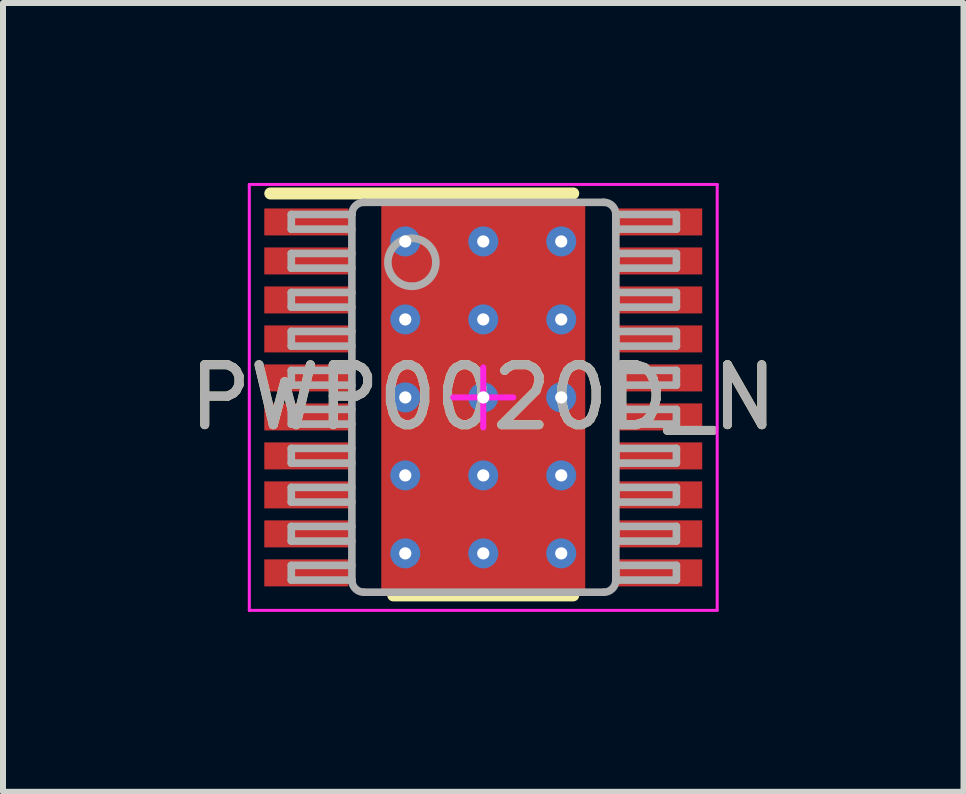
<source format=kicad_pcb>
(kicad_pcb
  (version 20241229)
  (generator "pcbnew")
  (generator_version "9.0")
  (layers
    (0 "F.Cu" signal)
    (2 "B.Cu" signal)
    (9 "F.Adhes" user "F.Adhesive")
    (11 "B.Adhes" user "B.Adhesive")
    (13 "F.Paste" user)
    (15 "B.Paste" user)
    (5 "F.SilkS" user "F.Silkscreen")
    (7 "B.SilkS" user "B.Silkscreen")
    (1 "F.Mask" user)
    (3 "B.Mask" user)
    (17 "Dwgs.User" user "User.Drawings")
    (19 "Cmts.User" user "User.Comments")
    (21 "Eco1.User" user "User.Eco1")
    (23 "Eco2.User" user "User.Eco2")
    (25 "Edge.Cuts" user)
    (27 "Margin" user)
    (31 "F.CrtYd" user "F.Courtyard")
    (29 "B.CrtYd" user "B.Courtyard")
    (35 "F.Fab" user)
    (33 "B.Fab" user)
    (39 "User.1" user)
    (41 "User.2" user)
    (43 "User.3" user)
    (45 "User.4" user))
  (footprint "PWP0020D_N"
    (layer "F.Cu")
    (at 5.006 3.575)
    (property "Reference" "PWP0020D_N" (at 0 0 0) (unlocked yes) (layer "F.SilkS") (effects (font (size 1 1) (thickness 0.15))))
    (attr smd)
    (fp_poly (pts (xy -1.2 1.65) (xy -1.2 -1.65) (xy -1.15 -1.7) (xy 1.15 -1.7) (xy 1.2 -1.65) (xy 1.2 1.65) (xy 1.15 1.7) (xy -1.15 1.7)) (stroke (width 0) (type solid)) (fill yes) (layer "F.Mask"))
    (fp_line (start -3.55 -3.4) (end 1.5 -3.4) (stroke (width 0.2) (type solid)) (layer "F.SilkS"))
    (fp_line (start -1.5 3.3) (end 1.5 3.3) (stroke (width 0.2) (type solid)) (layer "F.SilkS"))
    (fp_poly (pts (xy -1.2 1.65) (xy -1.2 -1.65) (xy -1.15 -1.7) (xy 1.15 -1.7) (xy 1.2 -1.65) (xy 1.2 1.65) (xy 1.15 1.7) (xy -1.15 1.7)) (stroke (width 0) (type solid)) (fill yes) (layer "F.Paste"))
    (fp_line (start -3.9 -3.55) (end 3.9 -3.55) (stroke (width 0.05) (type solid)) (layer "F.CrtYd"))
    (fp_line (start -3.9 3.55) (end -3.9 -3.55) (stroke (width 0.05) (type solid)) (layer "F.CrtYd"))
    (fp_line (start -3.9 3.55) (end 3.9 3.55) (stroke (width 0.05) (type solid)) (layer "F.CrtYd"))
    (fp_line (start -0.5 0.000003) (end 0.5 0.000003) (stroke (width 0.1) (type solid)) (layer "F.CrtYd"))
    (fp_line (start 0 0.5) (end 0 -0.5) (stroke (width 0.1) (type solid)) (layer "F.CrtYd"))
    (fp_line (start 3.9 3.55) (end 3.9 -3.55) (stroke (width 0.05) (type solid)) (layer "F.CrtYd"))
    (fp_line (start -3.2 -3.05) (end -2.19 -3.05) (stroke (width 0.127) (type solid)) (layer "F.Fab"))
    (fp_line (start -3.2 -2.805) (end -3.2 -3.05) (stroke (width 0.127) (type solid)) (layer "F.Fab"))
    (fp_line (start -3.2 -2.805) (end -2.19 -2.805) (stroke (width 0.127) (type solid)) (layer "F.Fab"))
    (fp_line (start -3.2 -2.4) (end -2.19 -2.4) (stroke (width 0.127) (type solid)) (layer "F.Fab"))
    (fp_line (start -3.2 -2.155) (end -3.2 -2.4) (stroke (width 0.127) (type solid)) (layer "F.Fab"))
    (fp_line (start -3.2 -2.155) (end -2.19 -2.155) (stroke (width 0.127) (type solid)) (layer "F.Fab"))
    (fp_line (start -3.2 -1.75) (end -2.19 -1.75) (stroke (width 0.127) (type solid)) (layer "F.Fab"))
    (fp_line (start -3.2 -1.505) (end -3.2 -1.75) (stroke (width 0.127) (type solid)) (layer "F.Fab"))
    (fp_line (start -3.2 -1.505) (end -2.19 -1.505) (stroke (width 0.127) (type solid)) (layer "F.Fab"))
    (fp_line (start -3.2 -1.1) (end -2.19 -1.1) (stroke (width 0.127) (type solid)) (layer "F.Fab"))
    (fp_line (start -3.2 -0.855) (end -3.2 -1.1) (stroke (width 0.127) (type solid)) (layer "F.Fab"))
    (fp_line (start -3.2 -0.855) (end -2.19 -0.855) (stroke (width 0.127) (type solid)) (layer "F.Fab"))
    (fp_line (start -3.2 -0.45) (end -2.19 -0.45) (stroke (width 0.127) (type solid)) (layer "F.Fab"))
    (fp_line (start -3.2 -0.205) (end -3.2 -0.45) (stroke (width 0.127) (type solid)) (layer "F.Fab"))
    (fp_line (start -3.2 -0.205) (end -2.19 -0.205) (stroke (width 0.127) (type solid)) (layer "F.Fab"))
    (fp_line (start -3.2 0.2) (end -2.19 0.2) (stroke (width 0.127) (type solid)) (layer "F.Fab"))
    (fp_line (start -3.2 0.445) (end -3.2 0.2) (stroke (width 0.127) (type solid)) (layer "F.Fab"))
    (fp_line (start -3.2 0.445) (end -2.19 0.445) (stroke (width 0.127) (type solid)) (layer "F.Fab"))
    (fp_line (start -3.2 0.85) (end -2.19 0.85) (stroke (width 0.127) (type solid)) (layer "F.Fab"))
    (fp_line (start -3.2 1.095) (end -3.2 0.85) (stroke (width 0.127) (type solid)) (layer "F.Fab"))
    (fp_line (start -3.2 1.095) (end -2.19 1.095) (stroke (width 0.127) (type solid)) (layer "F.Fab"))
    (fp_line (start -3.2 1.5) (end -2.19 1.5) (stroke (width 0.127) (type solid)) (layer "F.Fab"))
    (fp_line (start -3.2 1.745) (end -3.2 1.5) (stroke (width 0.127) (type solid)) (layer "F.Fab"))
    (fp_line (start -3.2 1.745) (end -2.19 1.745) (stroke (width 0.127) (type solid)) (layer "F.Fab"))
    (fp_line (start -3.2 2.15) (end -2.19 2.15) (stroke (width 0.127) (type solid)) (layer "F.Fab"))
    (fp_line (start -3.2 2.395) (end -3.2 2.15) (stroke (width 0.127) (type solid)) (layer "F.Fab"))
    (fp_line (start -3.2 2.395) (end -2.19 2.395) (stroke (width 0.127) (type solid)) (layer "F.Fab"))
    (fp_line (start -3.2 2.8) (end -2.19 2.8) (stroke (width 0.127) (type solid)) (layer "F.Fab"))
    (fp_line (start -3.2 3.045) (end -3.2 2.8) (stroke (width 0.127) (type solid)) (layer "F.Fab"))
    (fp_line (start -3.2 3.045) (end -2.19 3.045) (stroke (width 0.127) (type solid)) (layer "F.Fab"))
    (fp_line (start -2.19 3.047) (end -2.19 -3.052) (stroke (width 0.127) (type solid)) (layer "F.Fab"))
    (fp_line (start -1.99 -3.252) (end 2.01 -3.252) (stroke (width 0.127) (type solid)) (layer "F.Fab"))
    (fp_line (start -1.99 3.247) (end 2.01 3.247) (stroke (width 0.127) (type solid)) (layer "F.Fab"))
    (fp_line (start 2.21 -2.805) (end 2.21 -3.05) (stroke (width 0.127) (type solid)) (layer "F.Fab"))
    (fp_line (start 2.21 -2.155) (end 2.21 -2.4) (stroke (width 0.127) (type solid)) (layer "F.Fab"))
    (fp_line (start 2.21 -1.505) (end 2.21 -1.75) (stroke (width 0.127) (type solid)) (layer "F.Fab"))
    (fp_line (start 2.21 -0.855) (end 2.21 -1.1) (stroke (width 0.127) (type solid)) (layer "F.Fab"))
    (fp_line (start 2.21 -0.205) (end 2.21 -0.45) (stroke (width 0.127) (type solid)) (layer "F.Fab"))
    (fp_line (start 2.21 0.445) (end 2.21 0.2) (stroke (width 0.127) (type solid)) (layer "F.Fab"))
    (fp_line (start 2.21 1.095) (end 2.21 0.85) (stroke (width 0.127) (type solid)) (layer "F.Fab"))
    (fp_line (start 2.21 1.745) (end 2.21 1.5) (stroke (width 0.127) (type solid)) (layer "F.Fab"))
    (fp_line (start 2.21 2.395) (end 2.21 2.15) (stroke (width 0.127) (type solid)) (layer "F.Fab"))
    (fp_line (start 2.21 3.045) (end 2.21 2.8) (stroke (width 0.127) (type solid)) (layer "F.Fab"))
    (fp_line (start 2.21 3.047) (end 2.21 -3.052) (stroke (width 0.127) (type solid)) (layer "F.Fab"))
    (fp_line (start 2.21 -3.05) (end 3.22 -3.05) (stroke (width 0.127) (type solid)) (layer "F.Fab"))
    (fp_line (start 2.21 -2.805) (end 3.22 -2.805) (stroke (width 0.127) (type solid)) (layer "F.Fab"))
    (fp_line (start 2.21 -2.4) (end 3.22 -2.4) (stroke (width 0.127) (type solid)) (layer "F.Fab"))
    (fp_line (start 2.21 -2.155) (end 3.22 -2.155) (stroke (width 0.127) (type solid)) (layer "F.Fab"))
    (fp_line (start 2.21 -1.75) (end 3.22 -1.75) (stroke (width 0.127) (type solid)) (layer "F.Fab"))
    (fp_line (start 2.21 -1.505) (end 3.22 -1.505) (stroke (width 0.127) (type solid)) (layer "F.Fab"))
    (fp_line (start 2.21 -1.1) (end 3.22 -1.1) (stroke (width 0.127) (type solid)) (layer "F.Fab"))
    (fp_line (start 2.21 -0.855) (end 3.22 -0.855) (stroke (width 0.127) (type solid)) (layer "F.Fab"))
    (fp_line (start 2.21 -0.45) (end 3.22 -0.45) (stroke (width 0.127) (type solid)) (layer "F.Fab"))
    (fp_line (start 2.21 -0.205) (end 3.22 -0.205) (stroke (width 0.127) (type solid)) (layer "F.Fab"))
    (fp_line (start 2.21 0.2) (end 3.22 0.2) (stroke (width 0.127) (type solid)) (layer "F.Fab"))
    (fp_line (start 2.21 0.445) (end 3.22 0.445) (stroke (width 0.127) (type solid)) (layer "F.Fab"))
    (fp_line (start 2.21 0.85) (end 3.22 0.85) (stroke (width 0.127) (type solid)) (layer "F.Fab"))
    (fp_line (start 2.21 1.095) (end 3.22 1.095) (stroke (width 0.127) (type solid)) (layer "F.Fab"))
    (fp_line (start 2.21 1.5) (end 3.22 1.5) (stroke (width 0.127) (type solid)) (layer "F.Fab"))
    (fp_line (start 2.21 1.745) (end 3.22 1.745) (stroke (width 0.127) (type solid)) (layer "F.Fab"))
    (fp_line (start 2.21 2.15) (end 3.22 2.15) (stroke (width 0.127) (type solid)) (layer "F.Fab"))
    (fp_line (start 2.21 2.395) (end 3.22 2.395) (stroke (width 0.127) (type solid)) (layer "F.Fab"))
    (fp_line (start 2.21 2.8) (end 3.22 2.8) (stroke (width 0.127) (type solid)) (layer "F.Fab"))
    (fp_line (start 2.21 3.045) (end 3.22 3.045) (stroke (width 0.127) (type solid)) (layer "F.Fab"))
    (fp_line (start 3.22 -2.805) (end 3.22 -3.05) (stroke (width 0.127) (type solid)) (layer "F.Fab"))
    (fp_line (start 3.22 -2.155) (end 3.22 -2.4) (stroke (width 0.127) (type solid)) (layer "F.Fab"))
    (fp_line (start 3.22 -1.505) (end 3.22 -1.75) (stroke (width 0.127) (type solid)) (layer "F.Fab"))
    (fp_line (start 3.22 -0.855) (end 3.22 -1.1) (stroke (width 0.127) (type solid)) (layer "F.Fab"))
    (fp_line (start 3.22 -0.205) (end 3.22 -0.45) (stroke (width 0.127) (type solid)) (layer "F.Fab"))
    (fp_line (start 3.22 0.445) (end 3.22 0.2) (stroke (width 0.127) (type solid)) (layer "F.Fab"))
    (fp_line (start 3.22 1.095) (end 3.22 0.85) (stroke (width 0.127) (type solid)) (layer "F.Fab"))
    (fp_line (start 3.22 1.745) (end 3.22 1.5) (stroke (width 0.127) (type solid)) (layer "F.Fab"))
    (fp_line (start 3.22 2.395) (end 3.22 2.15) (stroke (width 0.127) (type solid)) (layer "F.Fab"))
    (fp_line (start 3.22 3.045) (end 3.22 2.8) (stroke (width 0.127) (type solid)) (layer "F.Fab"))
    (fp_arc (start -2.189869 -3.052488) (mid -2.13129 -3.193909) (end -1.989869 -3.252488) (stroke (width 0.127) (type solid)) (layer "F.Fab"))
    (fp_arc (start -1.989869 3.247499) (mid -2.13129 3.188921) (end -2.189869 3.0475) (stroke (width 0.127) (type solid)) (layer "F.Fab"))
    (fp_arc (start -1.189871 -2.652489) (mid -0.789871 -2.25249) (end -1.189871 -1.852491) (stroke (width 0.127) (type solid)) (layer "F.Fab"))
    (fp_arc (start -1.189871 -1.852491) (mid -1.58987 -2.25249) (end -1.189871 -2.652489) (stroke (width 0.127) (type solid)) (layer "F.Fab"))
    (fp_arc (start 2.010123 -3.252488) (mid 2.151544 -3.193909) (end 2.210123 -3.052488) (stroke (width 0.127) (type solid)) (layer "F.Fab"))
    (fp_arc (start 2.210123 3.0475) (mid 2.151544 3.188921) (end 2.010123 3.247499) (stroke (width 0.127) (type solid)) (layer "F.Fab"))
    (fp_text user "${REFERENCE}" (at 0 0 0) (unlocked yes) (layer "F.Fab") (effects (font (size 1 1) (thickness 0.15))))
    (pad "1" smd rect (at -2.95 -2.925 90) (size 0.45 1.4) (layers "F.Cu" "F.Mask" "F.Paste"))
    (pad "2" smd rect (at -2.95 -2.275 90) (size 0.45 1.4) (layers "F.Cu" "F.Mask" "F.Paste"))
    (pad "3" smd rect (at -2.95 -1.625 90) (size 0.45 1.4) (layers "F.Cu" "F.Mask" "F.Paste"))
    (pad "4" smd rect (at -2.95 -0.975 90) (size 0.45 1.4) (layers "F.Cu" "F.Mask" "F.Paste"))
    (pad "5" smd rect (at -2.95 -0.325 90) (size 0.45 1.4) (layers "F.Cu" "F.Mask" "F.Paste"))
    (pad "6" smd rect (at -2.95 0.325 90) (size 0.45 1.4) (layers "F.Cu" "F.Mask" "F.Paste"))
    (pad "7" smd rect (at -2.95 0.975 90) (size 0.45 1.4) (layers "F.Cu" "F.Mask" "F.Paste"))
    (pad "8" smd rect (at -2.95 1.625 90) (size 0.45 1.4) (layers "F.Cu" "F.Mask" "F.Paste"))
    (pad "9" smd rect (at -2.95 2.275 90) (size 0.45 1.4) (layers "F.Cu" "F.Mask" "F.Paste"))
    (pad "10" smd rect (at -2.95 2.925 90) (size 0.45 1.4) (layers "F.Cu" "F.Mask" "F.Paste"))
    (pad "11" smd rect (at 2.95 2.925 90) (size 0.45 1.4) (layers "F.Cu" "F.Mask" "F.Paste"))
    (pad "12" smd rect (at 2.95 2.275 90) (size 0.45 1.4) (layers "F.Cu" "F.Mask" "F.Paste"))
    (pad "13" smd rect (at 2.95 1.625 90) (size 0.45 1.4) (layers "F.Cu" "F.Mask" "F.Paste"))
    (pad "14" smd rect (at 2.95 0.975 90) (size 0.45 1.4) (layers "F.Cu" "F.Mask" "F.Paste"))
    (pad "15" smd rect (at 2.95 0.325 90) (size 0.45 1.4) (layers "F.Cu" "F.Mask" "F.Paste"))
    (pad "16" smd rect (at 2.95 -0.325 90) (size 0.45 1.4) (layers "F.Cu" "F.Mask" "F.Paste"))
    (pad "17" smd rect (at 2.95 -0.975 90) (size 0.45 1.4) (layers "F.Cu" "F.Mask" "F.Paste"))
    (pad "18" smd rect (at 2.95 -1.625 90) (size 0.45 1.4) (layers "F.Cu" "F.Mask" "F.Paste"))
    (pad "19" smd rect (at 2.95 -2.275 90) (size 0.45 1.4) (layers "F.Cu" "F.Mask" "F.Paste"))
    (pad "20" smd rect (at 2.95 -2.925 90) (size 0.45 1.4) (layers "F.Cu" "F.Mask" "F.Paste"))
    (pad "21" smd rect (at 0 0) (size 3.4 6.5) (layers "F.Cu"))
    (pad "V" thru_hole circle (at -1.3 -2.6) (size 0.5 0.5) (drill 0.203) (layers "*.Cu" "*.Mask"))
    (pad "V" thru_hole circle (at -1.3 -1.3) (size 0.5 0.5) (drill 0.203) (layers "*.Cu" "*.Mask"))
    (pad "V" thru_hole circle (at -1.3 0) (size 0.5 0.5) (drill 0.203) (layers "*.Cu" "*.Mask"))
    (pad "V" thru_hole circle (at -1.3 1.3) (size 0.5 0.5) (drill 0.203) (layers "*.Cu" "*.Mask"))
    (pad "V" thru_hole circle (at -1.3 2.6) (size 0.5 0.5) (drill 0.203) (layers "*.Cu" "*.Mask"))
    (pad "V" thru_hole circle (at 0 -2.6) (size 0.5 0.5) (drill 0.203) (layers "*.Cu" "*.Mask"))
    (pad "V" thru_hole circle (at 0 -1.3) (size 0.5 0.5) (drill 0.203) (layers "*.Cu" "*.Mask"))
    (pad "V" thru_hole circle (at 0 0) (size 0.5 0.5) (drill 0.203) (layers "*.Cu" "*.Mask"))
    (pad "V" thru_hole circle (at 0 1.3) (size 0.5 0.5) (drill 0.203) (layers "*.Cu" "*.Mask"))
    (pad "V" thru_hole circle (at 0 2.6) (size 0.5 0.5) (drill 0.203) (layers "*.Cu" "*.Mask"))
    (pad "V" thru_hole circle (at 1.3 -2.6) (size 0.5 0.5) (drill 0.203) (layers "*.Cu" "*.Mask"))
    (pad "V" thru_hole circle (at 1.3 -1.3) (size 0.5 0.5) (drill 0.203) (layers "*.Cu" "*.Mask"))
    (pad "V" thru_hole circle (at 1.3 0) (size 0.5 0.5) (drill 0.203) (layers "*.Cu" "*.Mask"))
    (pad "V" thru_hole circle (at 1.3 1.3) (size 0.5 0.5) (drill 0.203) (layers "*.Cu" "*.Mask"))
    (pad "V" thru_hole circle (at 1.3 2.6) (size 0.5 0.5) (drill 0.203) (layers "*.Cu" "*.Mask")))
  (gr_rect
    (start -3 -3)
    (end 13.012 10.15)
    (stroke (width 0.1) (type default))
    (fill no)
    (layer "Edge.Cuts")))
</source>
